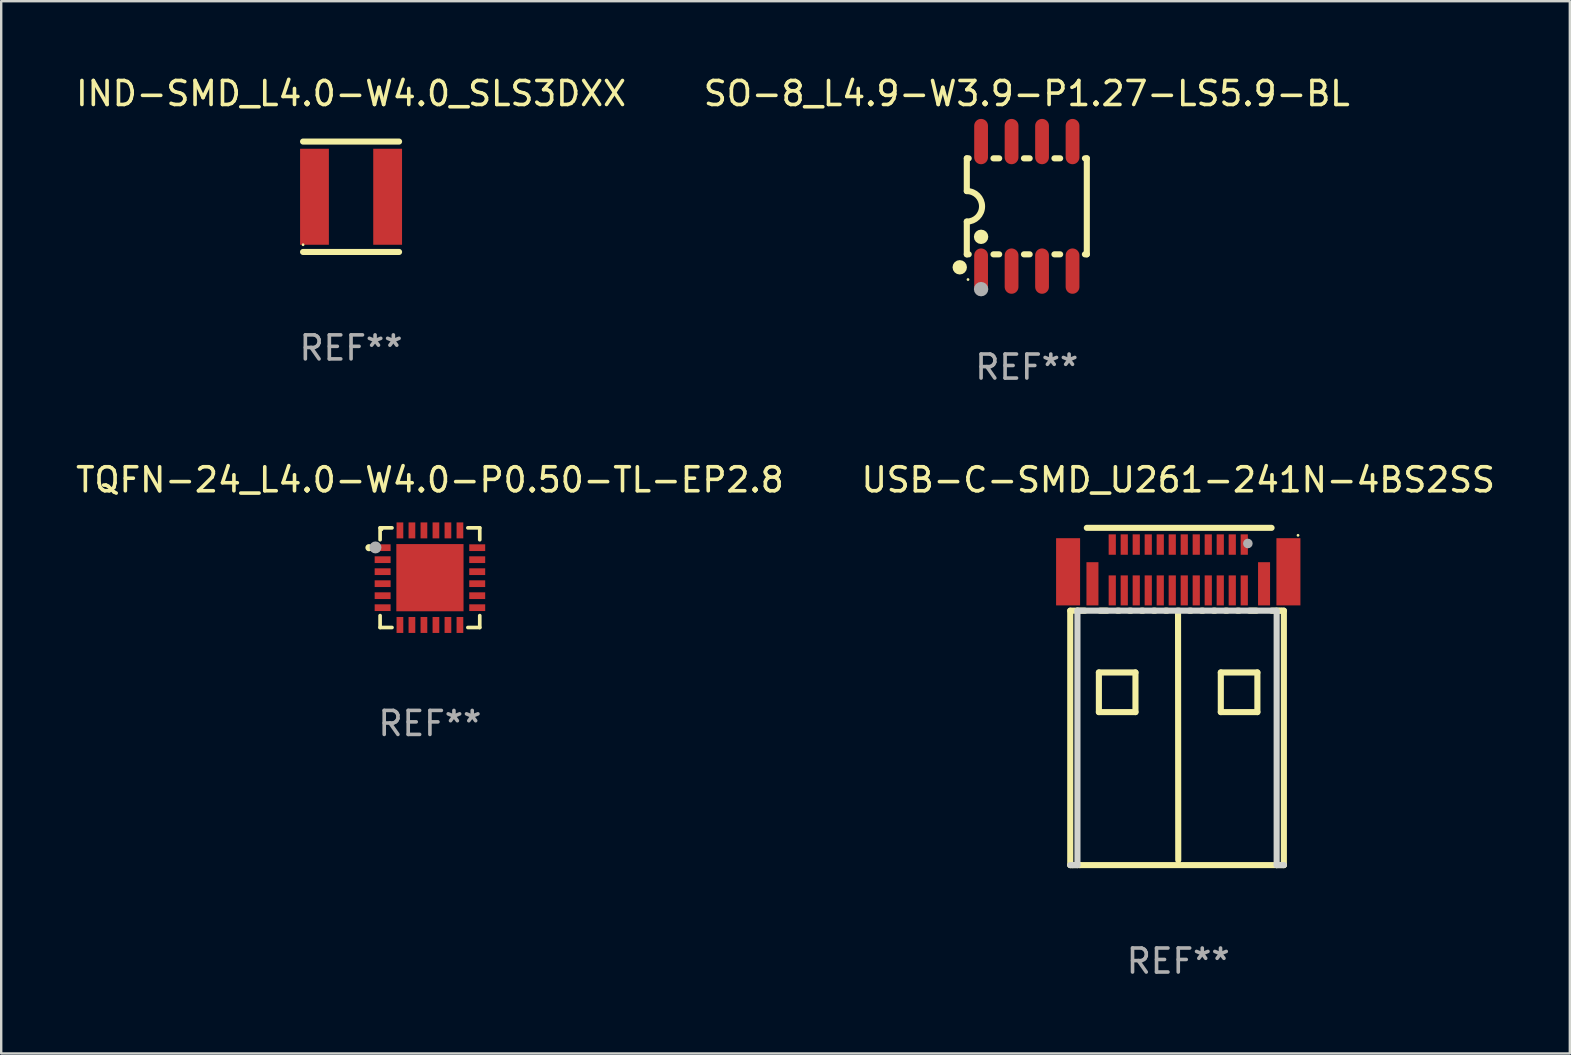
<source format=kicad_pcb>
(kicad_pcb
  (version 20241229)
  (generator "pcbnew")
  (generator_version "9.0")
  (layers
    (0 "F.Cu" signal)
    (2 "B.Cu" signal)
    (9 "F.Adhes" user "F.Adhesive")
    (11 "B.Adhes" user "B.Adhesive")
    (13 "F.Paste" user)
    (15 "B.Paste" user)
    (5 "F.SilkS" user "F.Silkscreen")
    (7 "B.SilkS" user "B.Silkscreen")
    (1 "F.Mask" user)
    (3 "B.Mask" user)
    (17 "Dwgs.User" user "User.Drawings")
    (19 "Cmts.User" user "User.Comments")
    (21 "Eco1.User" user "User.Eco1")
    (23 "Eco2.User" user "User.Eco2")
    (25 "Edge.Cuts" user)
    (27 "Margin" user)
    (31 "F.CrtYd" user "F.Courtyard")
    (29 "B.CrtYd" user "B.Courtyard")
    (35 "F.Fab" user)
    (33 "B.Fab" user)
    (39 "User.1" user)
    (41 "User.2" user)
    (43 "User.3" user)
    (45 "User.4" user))
  (footprint "USB-C-SMD_U261-241N-4BS2SS"
    (layer "F.Cu")
    (at 46.042 20.594)
    (property "Reference" "USB-C-SMD_U261-241N-4BS2SS" (at 0 -3.651 0) (layer "F.SilkS") (effects (font (size 1 1) (thickness 0.15))))
    (attr smd)
    (fp_line (start -4.5 1.8) (end -4.2 1.8) (stroke (width 0.254) (type solid)) (layer "F.SilkS"))
    (fp_line (start -4.5 12.4) (end -4.5 1.8) (stroke (width 0.254) (type solid)) (layer "F.SilkS"))
    (fp_line (start -4.4 12.4) (end -4.5 12.4) (stroke (width 0.254) (type solid)) (layer "F.SilkS"))
    (fp_line (start -4.2 1.8) (end -3.889 1.8) (stroke (width 0.254) (type solid)) (layer "F.SilkS"))
    (fp_line (start -4.1 12.4) (end -4.4 12.4) (stroke (width 0.254) (type solid)) (layer "F.SilkS"))
    (fp_line (start -4.1 12.4) (end 4.1 12.4) (stroke (width 0.254) (type solid)) (layer "F.SilkS"))
    (fp_line (start -3.81 -1.651) (end 3.888 -1.651) (stroke (width 0.254) (type solid)) (layer "F.SilkS"))
    (fp_line (start -3.307 4.374) (end -3.307 6.025) (stroke (width 0.254) (type solid)) (layer "F.SilkS"))
    (fp_line (start -3.307 6.025) (end -1.783 6.025) (stroke (width 0.254) (type solid)) (layer "F.SilkS"))
    (fp_line (start -3.26 1.8) (end -2.964 1.8) (stroke (width 0.254) (type solid)) (layer "F.SilkS"))
    (fp_line (start -2.535 1.8) (end -2.464 1.8) (stroke (width 0.254) (type solid)) (layer "F.SilkS"))
    (fp_line (start -2.035 1.8) (end -1.964 1.8) (stroke (width 0.254) (type solid)) (layer "F.SilkS"))
    (fp_line (start -1.783 4.374) (end -3.307 4.374) (stroke (width 0.254) (type solid)) (layer "F.SilkS"))
    (fp_line (start -1.783 6.025) (end -1.783 4.374) (stroke (width 0.254) (type solid)) (layer "F.SilkS"))
    (fp_line (start -1.535 1.8) (end -1.464 1.8) (stroke (width 0.254) (type solid)) (layer "F.SilkS"))
    (fp_line (start -1.035 1.8) (end -0.964 1.8) (stroke (width 0.254) (type solid)) (layer "F.SilkS"))
    (fp_line (start -0.535 1.8) (end -0.464 1.8) (stroke (width 0.254) (type solid)) (layer "F.SilkS"))
    (fp_line (start -0.035 1.8) (end 0.036 1.8) (stroke (width 0.254) (type solid)) (layer "F.SilkS"))
    (fp_line (start -0.009 1.834) (end -0.000051 12.192) (stroke (width 0.254) (type solid)) (layer "F.SilkS"))
    (fp_line (start 0.465 1.8) (end 0.536 1.8) (stroke (width 0.254) (type solid)) (layer "F.SilkS"))
    (fp_line (start 0.965 1.8) (end 1.036 1.8) (stroke (width 0.254) (type solid)) (layer "F.SilkS"))
    (fp_line (start 1.465 1.8) (end 1.536 1.8) (stroke (width 0.254) (type solid)) (layer "F.SilkS"))
    (fp_line (start 1.773 4.374) (end 1.773 6.025) (stroke (width 0.254) (type solid)) (layer "F.SilkS"))
    (fp_line (start 1.773 6.025) (end 3.297 6.025) (stroke (width 0.254) (type solid)) (layer "F.SilkS"))
    (fp_line (start 1.965 1.8) (end 2.036 1.8) (stroke (width 0.254) (type solid)) (layer "F.SilkS"))
    (fp_line (start 2.465 1.8) (end 2.536 1.8) (stroke (width 0.254) (type solid)) (layer "F.SilkS"))
    (fp_line (start 2.965 1.8) (end 3.261 1.8) (stroke (width 0.254) (type solid)) (layer "F.SilkS"))
    (fp_line (start 3.297 4.374) (end 1.773 4.374) (stroke (width 0.254) (type solid)) (layer "F.SilkS"))
    (fp_line (start 3.297 6.025) (end 3.297 4.374) (stroke (width 0.254) (type solid)) (layer "F.SilkS"))
    (fp_line (start 3.889 1.8) (end 4.2 1.8) (stroke (width 0.254) (type solid)) (layer "F.SilkS"))
    (fp_line (start 4.2 1.8) (end 4.3 1.8) (stroke (width 0.254) (type solid)) (layer "F.SilkS"))
    (fp_line (start 4.3 1.8) (end 4.4 1.8) (stroke (width 0.254) (type solid)) (layer "F.SilkS"))
    (fp_line (start 4.4 1.8) (end 4.4 12.4) (stroke (width 0.254) (type solid)) (layer "F.SilkS"))
    (fp_line (start 4.4 12.4) (end 4.1 12.4) (stroke (width 0.254) (type solid)) (layer "F.SilkS"))
    (fp_circle (center 4.99 -1.34) (end 5.02 -1.34) (stroke (width 0.06) (type solid)) (fill no) (layer "F.SilkS"))
    (fp_line (start -4.2 1.8) (end -4.2 12.4) (stroke (width 0.254) (type solid)) (layer "Edge.Cuts"))
    (fp_line (start -4.2 1.8) (end 4.1 1.8) (stroke (width 0.254) (type solid)) (layer "Edge.Cuts"))
    (fp_line (start -4.2 12.4) (end -4.5 12.4) (stroke (width 0.254) (type solid)) (layer "Edge.Cuts"))
    (fp_line (start 4.1 1.8) (end 4.1 12.4) (stroke (width 0.254) (type solid)) (layer "Edge.Cuts"))
    (fp_line (start 4.1 12.4) (end 4.4 12.4) (stroke (width 0.254) (type solid)) (layer "Edge.Cuts"))
    (fp_circle (center 2.9 -1) (end 3 -1) (stroke (width 0.2) (type solid)) (fill no) (layer "F.Fab"))
    (fp_text user "REF**" (at 0 16.4 0) (layer "F.Fab") (effects (font (size 1 1) (thickness 0.15))))
    (pad "25" smd rect (at 3.575 0.68) (size 0.5 1.8) (layers "F.Cu" "F.Mask" "F.Paste"))
    (pad "25" smd rect (at 4.59 0.18) (size 1 2.8) (layers "F.Cu" "F.Mask" "F.Paste"))
    (pad "26" smd rect (at -4.59 0.18) (size 1 2.8) (layers "F.Cu" "F.Mask" "F.Paste"))
    (pad "26" smd rect (at -3.575 0.68) (size 0.5 1.8) (layers "F.Cu" "F.Mask" "F.Paste"))
    (pad "A1" smd rect (at 2.75 -0.955) (size 0.3 0.85) (layers "F.Cu" "F.Mask" "F.Paste"))
    (pad "A2" smd rect (at 2.25 -0.955) (size 0.3 0.85) (layers "F.Cu" "F.Mask" "F.Paste"))
    (pad "A3" smd rect (at 1.75 -0.955) (size 0.3 0.85) (layers "F.Cu" "F.Mask" "F.Paste"))
    (pad "A4" smd rect (at 1.25 -0.955) (size 0.3 0.85) (layers "F.Cu" "F.Mask" "F.Paste"))
    (pad "A5" smd rect (at 0.75 -0.955) (size 0.3 0.85) (layers "F.Cu" "F.Mask" "F.Paste"))
    (pad "A6" smd rect (at 0.25 -0.955) (size 0.3 0.85) (layers "F.Cu" "F.Mask" "F.Paste"))
    (pad "A7" smd rect (at -0.25 -0.955) (size 0.3 0.85) (layers "F.Cu" "F.Mask" "F.Paste"))
    (pad "A8" smd rect (at -0.75 -0.955) (size 0.3 0.85) (layers "F.Cu" "F.Mask" "F.Paste"))
    (pad "A9" smd rect (at -1.25 -0.955) (size 0.3 0.85) (layers "F.Cu" "F.Mask" "F.Paste"))
    (pad "A10" smd rect (at -1.75 -0.955) (size 0.3 0.85) (layers "F.Cu" "F.Mask" "F.Paste"))
    (pad "A11" smd rect (at -2.25 -0.955) (size 0.3 0.85) (layers "F.Cu" "F.Mask" "F.Paste"))
    (pad "A12" smd rect (at -2.75 -0.955) (size 0.3 0.85) (layers "F.Cu" "F.Mask" "F.Paste"))
    (pad "B1" smd rect (at -2.75 0.955) (size 0.3 1.25) (layers "F.Cu" "F.Mask" "F.Paste"))
    (pad "B2" smd rect (at -2.25 0.955) (size 0.3 1.25) (layers "F.Cu" "F.Mask" "F.Paste"))
    (pad "B3" smd rect (at -1.75 0.955) (size 0.3 1.25) (layers "F.Cu" "F.Mask" "F.Paste"))
    (pad "B4" smd rect (at -1.25 0.955) (size 0.3 1.25) (layers "F.Cu" "F.Mask" "F.Paste"))
    (pad "B5" smd rect (at -0.75 0.955) (size 0.3 1.25) (layers "F.Cu" "F.Mask" "F.Paste"))
    (pad "B6" smd rect (at -0.25 0.955) (size 0.3 1.25) (layers "F.Cu" "F.Mask" "F.Paste"))
    (pad "B7" smd rect (at 0.25 0.955) (size 0.3 1.25) (layers "F.Cu" "F.Mask" "F.Paste"))
    (pad "B8" smd rect (at 0.75 0.955) (size 0.3 1.25) (layers "F.Cu" "F.Mask" "F.Paste"))
    (pad "B9" smd rect (at 1.25 0.955) (size 0.3 1.25) (layers "F.Cu" "F.Mask" "F.Paste"))
    (pad "B10" smd rect (at 1.75 0.955) (size 0.3 1.25) (layers "F.Cu" "F.Mask" "F.Paste"))
    (pad "B11" smd rect (at 2.25 0.955) (size 0.3 1.25) (layers "F.Cu" "F.Mask" "F.Paste"))
    (pad "B12" smd rect (at 2.75 0.955) (size 0.3 1.25) (layers "F.Cu" "F.Mask" "F.Paste")))
  (footprint "IND-SMD_L4.0-W4.0_SLS3DXX"
    (layer "F.Cu")
    (at 11.577 5.148)
    (property "Reference" "IND-SMD_L4.0-W4.0_SLS3DXX" (at -0.000013 -4.3 0) (layer "F.SilkS") (effects (font (size 1 1) (thickness 0.15))))
    (attr smd)
    (fp_line (start -2 -2.3) (end 2 -2.3) (stroke (width 0.254) (type solid)) (layer "F.SilkS"))
    (fp_line (start -2 2.3) (end 2 2.3) (stroke (width 0.254) (type solid)) (layer "F.SilkS"))
    (fp_circle (center -2 2) (end -1.97 2) (stroke (width 0.06) (type solid)) (fill no) (layer "F.SilkS"))
    (fp_text user "REF**" (at -0.000013 6.3 0) (layer "F.Fab") (effects (font (size 1 1) (thickness 0.15))))
    (pad "1" smd rect (at -1.524 0 90) (size 4 1.2) (layers "F.Cu" "F.Mask" "F.Paste"))
    (pad "2" smd rect (at 1.524 0 90) (size 4 1.2) (layers "F.Cu" "F.Mask" "F.Paste")))
  (footprint "TQFN-24_L4.0-W4.0-P0.50-TL-EP2.8"
    (layer "F.Cu")
    (at 14.863 21.019)
    (property "Reference" "TQFN-24_L4.0-W4.0-P0.50-TL-EP2.8" (at 0 -4.076 0) (layer "F.SilkS") (effects (font (size 1 1) (thickness 0.15))))
    (attr smd)
    (fp_line (start -2.076 -2.076) (end -2.076 -1.58) (stroke (width 0.152) (type solid)) (layer "F.SilkS"))
    (fp_line (start -2.076 2.076) (end -2.076 1.58) (stroke (width 0.152) (type solid)) (layer "F.SilkS"))
    (fp_line (start -1.58 -2.076) (end -2.076 -2.076) (stroke (width 0.152) (type solid)) (layer "F.SilkS"))
    (fp_line (start -1.58 2.076) (end -2.076 2.076) (stroke (width 0.152) (type solid)) (layer "F.SilkS"))
    (fp_line (start 1.58 -2.076) (end 2.076 -2.076) (stroke (width 0.152) (type solid)) (layer "F.SilkS"))
    (fp_line (start 1.58 2.076) (end 2.076 2.076) (stroke (width 0.152) (type solid)) (layer "F.SilkS"))
    (fp_line (start 2.076 -2.076) (end 2.076 -1.58) (stroke (width 0.152) (type solid)) (layer "F.SilkS"))
    (fp_line (start 2.076 2.076) (end 2.076 1.58) (stroke (width 0.152) (type solid)) (layer "F.SilkS"))
    (fp_circle (center -2.54 -1.25) (end -2.465 -1.25) (stroke (width 0.15) (type solid)) (fill no) (layer "F.SilkS"))
    (fp_circle (center -2 -2) (end -1.97 -2) (stroke (width 0.06) (type solid)) (fill no) (layer "F.SilkS"))
    (fp_circle (center -2.27 -1.26) (end -2.145 -1.26) (stroke (width 0.25) (type solid)) (fill no) (layer "F.Fab"))
    (fp_text user "REF**" (at 0 6.076 0) (layer "F.Fab") (effects (font (size 1 1) (thickness 0.15))))
    (pad "1" smd rect (at -1.97 -1.25) (size 0.665 0.28) (layers "F.Cu" "F.Mask" "F.Paste"))
    (pad "2" smd rect (at -1.97 -0.75) (size 0.665 0.28) (layers "F.Cu" "F.Mask" "F.Paste"))
    (pad "3" smd rect (at -1.97 -0.25) (size 0.665 0.28) (layers "F.Cu" "F.Mask" "F.Paste"))
    (pad "4" smd rect (at -1.97 0.25) (size 0.665 0.28) (layers "F.Cu" "F.Mask" "F.Paste"))
    (pad "5" smd rect (at -1.97 0.75) (size 0.665 0.28) (layers "F.Cu" "F.Mask" "F.Paste"))
    (pad "6" smd rect (at -1.97 1.25) (size 0.665 0.28) (layers "F.Cu" "F.Mask" "F.Paste"))
    (pad "7" smd rect (at -1.25 1.97) (size 0.28 0.665) (layers "F.Cu" "F.Mask" "F.Paste"))
    (pad "8" smd rect (at -0.75 1.97) (size 0.28 0.665) (layers "F.Cu" "F.Mask" "F.Paste"))
    (pad "9" smd rect (at -0.25 1.97) (size 0.28 0.665) (layers "F.Cu" "F.Mask" "F.Paste"))
    (pad "10" smd rect (at 0.25 1.97) (size 0.28 0.665) (layers "F.Cu" "F.Mask" "F.Paste"))
    (pad "11" smd rect (at 0.75 1.97) (size 0.28 0.665) (layers "F.Cu" "F.Mask" "F.Paste"))
    (pad "12" smd rect (at 1.25 1.97) (size 0.28 0.665) (layers "F.Cu" "F.Mask" "F.Paste"))
    (pad "13" smd rect (at 1.97 1.25) (size 0.665 0.28) (layers "F.Cu" "F.Mask" "F.Paste"))
    (pad "14" smd rect (at 1.97 0.75) (size 0.665 0.28) (layers "F.Cu" "F.Mask" "F.Paste"))
    (pad "15" smd rect (at 1.97 0.25) (size 0.665 0.28) (layers "F.Cu" "F.Mask" "F.Paste"))
    (pad "16" smd rect (at 1.97 -0.25) (size 0.665 0.28) (layers "F.Cu" "F.Mask" "F.Paste"))
    (pad "17" smd rect (at 1.97 -0.75) (size 0.665 0.28) (layers "F.Cu" "F.Mask" "F.Paste"))
    (pad "18" smd rect (at 1.97 -1.25) (size 0.665 0.28) (layers "F.Cu" "F.Mask" "F.Paste"))
    (pad "19" smd rect (at 1.25 -1.97) (size 0.28 0.665) (layers "F.Cu" "F.Mask" "F.Paste"))
    (pad "20" smd rect (at 0.75 -1.97) (size 0.28 0.665) (layers "F.Cu" "F.Mask" "F.Paste"))
    (pad "21" smd rect (at 0.25 -1.97) (size 0.28 0.665) (layers "F.Cu" "F.Mask" "F.Paste"))
    (pad "22" smd rect (at -0.25 -1.97) (size 0.28 0.665) (layers "F.Cu" "F.Mask" "F.Paste"))
    (pad "23" smd rect (at -0.75 -1.97) (size 0.28 0.665) (layers "F.Cu" "F.Mask" "F.Paste"))
    (pad "24" smd rect (at -1.25 -1.97) (size 0.28 0.665) (layers "F.Cu" "F.Mask" "F.Paste"))
    (pad "25" smd rect (at 0 0) (size 2.8 2.8) (layers "F.Cu" "F.Mask" "F.Paste")))
  (footprint "SO-8_L4.9-W3.9-P1.27-LS5.9-BL"
    (layer "F.Cu")
    (at 39.732 5.547)
    (property "Reference" "SO-8_L4.9-W3.9-P1.27-LS5.9-BL" (at 0 -4.699 0) (layer "F.SilkS") (effects (font (size 1 1) (thickness 0.15))))
    (attr smd)
    (fp_line (start -2.5 -2) (end -2.5 -0.635) (stroke (width 0.254) (type solid)) (layer "F.SilkS"))
    (fp_line (start -2.5 -2) (end -2.421 -2) (stroke (width 0.254) (type solid)) (layer "F.SilkS"))
    (fp_line (start -2.5 2) (end -2.5 0.635) (stroke (width 0.254) (type solid)) (layer "F.SilkS"))
    (fp_line (start -2.5 2) (end -2.421 2) (stroke (width 0.254) (type solid)) (layer "F.SilkS"))
    (fp_line (start -1.389 -2) (end -1.151 -2) (stroke (width 0.254) (type solid)) (layer "F.SilkS"))
    (fp_line (start -1.389 2) (end -1.151 2) (stroke (width 0.254) (type solid)) (layer "F.SilkS"))
    (fp_line (start -0.119 -2) (end 0.119 -2) (stroke (width 0.254) (type solid)) (layer "F.SilkS"))
    (fp_line (start -0.119 2) (end 0.119 2) (stroke (width 0.254) (type solid)) (layer "F.SilkS"))
    (fp_line (start 1.151 -2) (end 1.389 -2) (stroke (width 0.254) (type solid)) (layer "F.SilkS"))
    (fp_line (start 1.151 2) (end 1.389 2) (stroke (width 0.254) (type solid)) (layer "F.SilkS"))
    (fp_line (start 2.421 -2) (end 2.5 -2) (stroke (width 0.254) (type solid)) (layer "F.SilkS"))
    (fp_line (start 2.421 2) (end 2.5 2) (stroke (width 0.254) (type solid)) (layer "F.SilkS"))
    (fp_line (start 2.5 -2) (end 2.5 2) (stroke (width 0.254) (type solid)) (layer "F.SilkS"))
    (fp_arc (start -2.499365 -0.635001) (mid -1.864681 0.000317) (end -2.499999 0.635001) (stroke (width 0.254001) (type solid)) (layer "F.SilkS"))
    (fp_circle (center -2.794 2.54) (end -2.644 2.54) (stroke (width 0.3) (type solid)) (fill no) (layer "F.SilkS"))
    (fp_circle (center -2.45 3.05) (end -2.42 3.05) (stroke (width 0.06) (type solid)) (fill no) (layer "F.SilkS"))
    (fp_circle (center -1.905 1.27) (end -1.755 1.27) (stroke (width 0.3) (type solid)) (fill no) (layer "F.SilkS"))
    (fp_circle (center -1.905 3.45) (end -1.755 3.45) (stroke (width 0.3) (type solid)) (fill no) (layer "F.Fab"))
    (fp_text user "REF**" (at 0 6.699 0) (layer "F.Fab") (effects (font (size 1 1) (thickness 0.15))))
    (pad "1" smd oval (at -1.905 2.699) (size 0.574 1.888) (layers "F.Cu" "F.Mask" "F.Paste"))
    (pad "2" smd oval (at -0.635 2.699) (size 0.574 1.888) (layers "F.Cu" "F.Mask" "F.Paste"))
    (pad "3" smd oval (at 0.635 2.699) (size 0.574 1.888) (layers "F.Cu" "F.Mask" "F.Paste"))
    (pad "4" smd oval (at 1.905 2.699) (size 0.574 1.888) (layers "F.Cu" "F.Mask" "F.Paste"))
    (pad "5" smd oval (at 1.905 -2.699) (size 0.574 1.888) (layers "F.Cu" "F.Mask" "F.Paste"))
    (pad "6" smd oval (at 0.635 -2.699) (size 0.574 1.888) (layers "F.Cu" "F.Mask" "F.Paste"))
    (pad "7" smd oval (at -0.635 -2.699) (size 0.574 1.888) (layers "F.Cu" "F.Mask" "F.Paste"))
    (pad "8" smd oval (at -1.905 -2.699) (size 0.574 1.888) (layers "F.Cu" "F.Mask" "F.Paste")))
  (gr_rect
    (start -3 -3)
    (end 62.357 40.842)
    (stroke (width 0.1) (type default))
    (fill no)
    (layer "Edge.Cuts")))
</source>
